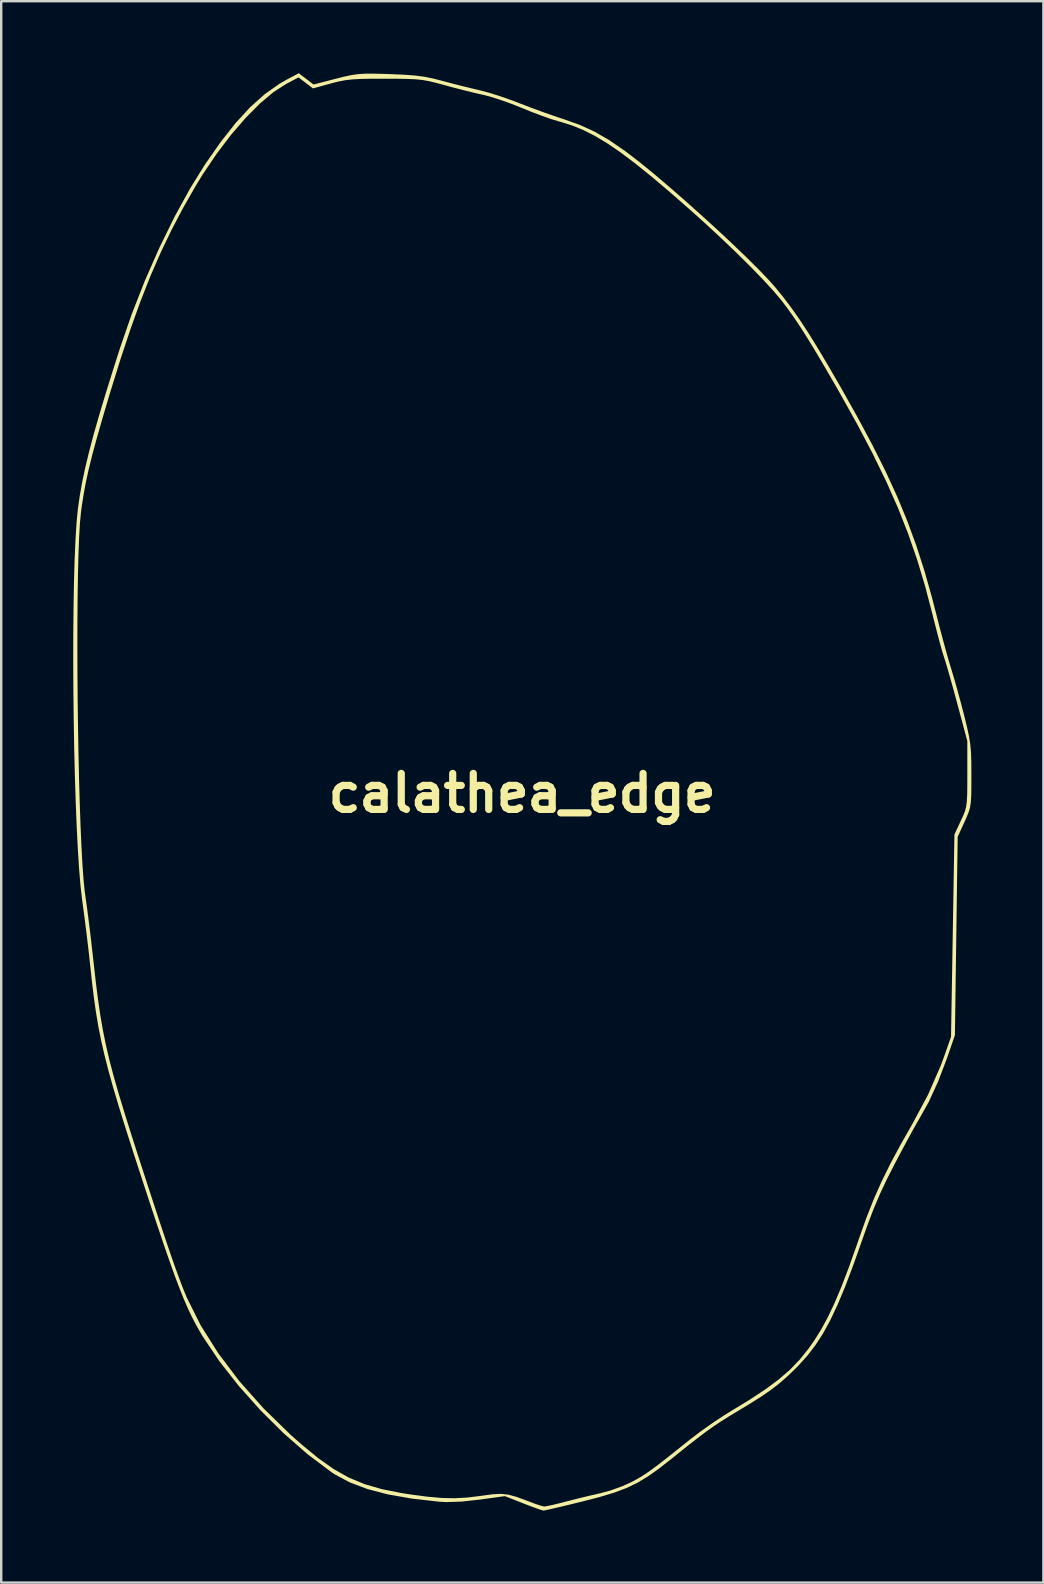
<source format=kicad_pcb>
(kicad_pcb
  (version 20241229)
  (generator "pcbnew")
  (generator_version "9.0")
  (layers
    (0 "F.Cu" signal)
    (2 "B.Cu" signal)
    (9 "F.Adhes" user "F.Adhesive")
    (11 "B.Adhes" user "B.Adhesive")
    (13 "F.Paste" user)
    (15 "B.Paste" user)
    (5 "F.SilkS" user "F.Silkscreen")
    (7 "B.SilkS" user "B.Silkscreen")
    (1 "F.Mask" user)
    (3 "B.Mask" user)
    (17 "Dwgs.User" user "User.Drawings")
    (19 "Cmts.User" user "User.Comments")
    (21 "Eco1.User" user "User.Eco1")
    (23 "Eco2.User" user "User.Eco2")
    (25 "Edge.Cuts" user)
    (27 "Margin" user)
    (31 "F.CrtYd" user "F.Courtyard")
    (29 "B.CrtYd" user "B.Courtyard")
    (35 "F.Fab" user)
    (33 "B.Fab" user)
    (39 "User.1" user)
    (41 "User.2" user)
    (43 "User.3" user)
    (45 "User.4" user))
  (footprint "calathea_edge"
    (layer "F.Cu")
    (at 18.699 29.986)
    (property "Reference" "calathea_edge" (at 0 0 0) (layer "F.SilkS") (effects (font (size 1.5 1.5) (thickness 0.3))))
    (attr board_only exclude_from_pos_files exclude_from_bom)
    (fp_poly (pts (xy -8.997 -29.751) (xy -8.688 -29.516) (xy -7.767 -29.755) (xy -7.404 -29.846) (xy -7.108 -29.909) (xy -6.837 -29.948) (xy -6.545 -29.967) (xy -6.188 -29.968) (xy -5.723 -29.957) (xy -5.518 -29.95) (xy -4.935 -29.925) (xy -4.473 -29.891) (xy -4.086 -29.841) (xy -3.726 -29.77) (xy -3.387 -29.684) (xy -2.919 -29.559) (xy -2.399 -29.427) (xy -1.921 -29.312) (xy -1.82 -29.289) (xy -1.41 -29.181) (xy -0.919 -29.028) (xy -0.419 -28.854) (xy -0.127 -28.742) (xy 0.37 -28.55) (xy 0.935 -28.343) (xy 1.479 -28.155) (xy 1.736 -28.071) (xy 2.407 -27.831) (xy 3.021 -27.549) (xy 3.629 -27.197) (xy 4.283 -26.747) (xy 4.41 -26.653) (xy 4.901 -26.274) (xy 5.47 -25.81) (xy 6.094 -25.281) (xy 6.754 -24.707) (xy 7.427 -24.106) (xy 8.094 -23.499) (xy 8.731 -22.904) (xy 9.319 -22.341) (xy 9.836 -21.828) (xy 10.261 -21.385) (xy 10.543 -21.069) (xy 10.882 -20.651) (xy 11.211 -20.217) (xy 11.543 -19.745) (xy 11.894 -19.211) (xy 12.278 -18.594) (xy 12.708 -17.872) (xy 13.201 -17.023) (xy 13.238 -16.959) (xy 13.963 -15.669) (xy 14.595 -14.487) (xy 15.146 -13.386) (xy 15.626 -12.34) (xy 16.046 -11.322) (xy 16.418 -10.307) (xy 16.753 -9.267) (xy 17.062 -8.178) (xy 17.229 -7.531) (xy 17.371 -6.974) (xy 17.52 -6.411) (xy 17.663 -5.888) (xy 17.788 -5.45) (xy 17.865 -5.197) (xy 17.981 -4.813) (xy 18.12 -4.325) (xy 18.265 -3.793) (xy 18.4 -3.277) (xy 18.411 -3.233) (xy 18.529 -2.752) (xy 18.612 -2.37) (xy 18.665 -2.035) (xy 18.695 -1.693) (xy 18.708 -1.292) (xy 18.711 -0.777) (xy 18.711 -0.736) (xy 18.71 -0.238) (xy 18.704 0.127) (xy 18.686 0.396) (xy 18.652 0.607) (xy 18.596 0.796) (xy 18.513 1.001) (xy 18.426 1.195) (xy 18.14 1.82) (xy 18.083 5.951) (xy 18.025 10.081) (xy 17.688 11.061) (xy 17.326 12.01) (xy 16.932 12.868) (xy 16.53 13.582) (xy 16.424 13.763) (xy 16.255 14.065) (xy 16.042 14.457) (xy 15.799 14.909) (xy 15.544 15.391) (xy 15.536 15.406) (xy 15.197 16.07) (xy 14.909 16.681) (xy 14.649 17.294) (xy 14.392 17.965) (xy 14.148 18.655) (xy 13.785 19.679) (xy 13.452 20.557) (xy 13.138 21.309) (xy 12.833 21.954) (xy 12.528 22.511) (xy 12.212 22.998) (xy 11.875 23.436) (xy 11.508 23.843) (xy 11.388 23.965) (xy 11.042 24.297) (xy 10.711 24.586) (xy 10.362 24.856) (xy 9.958 25.134) (xy 9.465 25.445) (xy 9.024 25.711) (xy 8.627 25.951) (xy 8.283 26.167) (xy 7.964 26.38) (xy 7.639 26.612) (xy 7.279 26.884) (xy 6.854 27.217) (xy 6.335 27.634) (xy 6.223 27.724) (xy 5.697 28.135) (xy 5.233 28.464) (xy 4.792 28.729) (xy 4.335 28.947) (xy 3.825 29.138) (xy 3.224 29.319) (xy 2.497 29.507) (xy 2.01 29.626) (xy 1.578 29.73) (xy 1.229 29.811) (xy 0.99 29.864) (xy 0.889 29.882) (xy 0.778 29.852) (xy 0.549 29.773) (xy 0.24 29.658) (xy 0.042 29.581) (xy -0.72 29.281) (xy -1.766 29.426) (xy -2.53 29.509) (xy -3.163 29.529) (xy -3.459 29.513) (xy -4.602 29.383) (xy -5.595 29.208) (xy -6.451 28.984) (xy -7.183 28.707) (xy -7.806 28.374) (xy -7.948 28.28) (xy -8.941 27.532) (xy -9.935 26.663) (xy -10.898 25.707) (xy -11.8 24.696) (xy -12.609 23.665) (xy -13.295 22.646) (xy -13.413 22.448) (xy -13.583 22.147) (xy -13.748 21.831) (xy -13.912 21.487) (xy -14.082 21.098) (xy -14.262 20.65) (xy -14.46 20.128) (xy -14.68 19.516) (xy -14.928 18.801) (xy -15.21 17.966) (xy -15.532 16.997) (xy -15.835 16.075) (xy -16.207 14.931) (xy -16.528 13.928) (xy -16.802 13.044) (xy -17.036 12.261) (xy -17.232 11.557) (xy -17.397 10.913) (xy -17.535 10.31) (xy -17.651 9.727) (xy -17.749 9.144) (xy -17.835 8.542) (xy -17.914 7.9) (xy -17.989 7.198) (xy -17.99 7.197) (xy -18.053 6.622) (xy -18.132 5.952) (xy -18.219 5.26) (xy -18.304 4.618) (xy -18.328 4.445) (xy -18.394 3.876) (xy -18.454 3.161) (xy -18.508 2.318) (xy -18.556 1.368) (xy -18.597 0.33) (xy -18.632 -0.776) (xy -18.66 -1.93) (xy -18.68 -3.113) (xy -18.693 -4.306) (xy -18.699 -5.488) (xy -18.697 -6.136) (xy -18.527 -6.136) (xy -18.523 -5.037) (xy -18.515 -3.916) (xy -18.5 -2.791) (xy -18.481 -1.683) (xy -18.457 -0.608) (xy -18.428 0.415) (xy -18.394 1.367) (xy -18.356 2.23) (xy -18.314 2.986) (xy -18.269 3.616) (xy -18.219 4.101) (xy -18.201 4.233) (xy -18.138 4.676) (xy -18.065 5.234) (xy -17.988 5.855) (xy -17.914 6.487) (xy -17.864 6.938) (xy -17.77 7.774) (xy -17.677 8.519) (xy -17.579 9.198) (xy -17.47 9.838) (xy -17.344 10.464) (xy -17.195 11.104) (xy -17.017 11.782) (xy -16.804 12.525) (xy -16.551 13.358) (xy -16.251 14.309) (xy -16.034 14.986) (xy -15.67 16.11) (xy -15.352 17.085) (xy -15.075 17.926) (xy -14.835 18.645) (xy -14.626 19.257) (xy -14.445 19.773) (xy -14.286 20.209) (xy -14.146 20.576) (xy -14.019 20.89) (xy -13.966 21.015) (xy -13.389 22.17) (xy -12.656 23.334) (xy -11.779 24.493) (xy -10.769 25.63) (xy -9.638 26.732) (xy -9.196 27.123) (xy -8.496 27.698) (xy -7.852 28.153) (xy -7.223 28.508) (xy -6.569 28.78) (xy -5.849 28.989) (xy -5.022 29.154) (xy -4.66 29.21) (xy -3.95 29.304) (xy -3.353 29.357) (xy -2.819 29.369) (xy -2.298 29.341) (xy -1.739 29.273) (xy -1.637 29.258) (xy -1.213 29.202) (xy -0.878 29.186) (xy -0.576 29.219) (xy -0.248 29.308) (xy 0.166 29.459) (xy 0.254 29.493) (xy 0.546 29.603) (xy 0.785 29.682) (xy 0.919 29.714) (xy 0.92 29.714) (xy 1.049 29.695) (xy 1.298 29.64) (xy 1.624 29.56) (xy 1.809 29.512) (xy 2.257 29.397) (xy 2.746 29.278) (xy 3.182 29.177) (xy 3.259 29.16) (xy 3.69 29.042) (xy 4.156 28.874) (xy 4.54 28.702) (xy 4.755 28.587) (xy 4.958 28.47) (xy 5.168 28.335) (xy 5.406 28.167) (xy 5.695 27.951) (xy 6.054 27.671) (xy 6.505 27.312) (xy 6.976 26.935) (xy 7.411 26.603) (xy 7.915 26.245) (xy 8.415 25.914) (xy 8.711 25.731) (xy 9.499 25.251) (xy 10.155 24.817) (xy 10.702 24.409) (xy 11.164 24.008) (xy 11.563 23.592) (xy 11.925 23.143) (xy 12.177 22.784) (xy 12.46 22.33) (xy 12.734 21.825) (xy 13.008 21.248) (xy 13.291 20.577) (xy 13.593 19.79) (xy 13.922 18.868) (xy 14.041 18.522) (xy 14.338 17.689) (xy 14.638 16.929) (xy 14.961 16.198) (xy 15.326 15.455) (xy 15.754 14.658) (xy 16.242 13.801) (xy 16.907 12.558) (xy 17.438 11.343) (xy 17.602 10.896) (xy 17.863 10.15) (xy 17.934 5.936) (xy 18.005 1.721) (xy 18.273 1.147) (xy 18.373 0.929) (xy 18.445 0.747) (xy 18.493 0.565) (xy 18.521 0.349) (xy 18.536 0.066) (xy 18.541 -0.321) (xy 18.542 -0.798) (xy 18.542 -2.169) (xy 18.123 -3.73) (xy 17.983 -4.249) (xy 17.847 -4.737) (xy 17.725 -5.161) (xy 17.629 -5.487) (xy 17.569 -5.673) (xy 17.502 -5.884) (xy 17.407 -6.223) (xy 17.293 -6.652) (xy 17.169 -7.134) (xy 17.09 -7.451) (xy 16.785 -8.616) (xy 16.451 -9.726) (xy 16.076 -10.808) (xy 15.65 -11.888) (xy 15.161 -12.99) (xy 14.6 -14.142) (xy 13.954 -15.369) (xy 13.213 -16.697) (xy 13.102 -16.891) (xy 12.639 -17.69) (xy 12.243 -18.361) (xy 11.899 -18.926) (xy 11.594 -19.407) (xy 11.313 -19.825) (xy 11.044 -20.202) (xy 10.793 -20.532) (xy 10.471 -20.914) (xy 10.038 -21.386) (xy 9.513 -21.927) (xy 8.914 -22.519) (xy 8.262 -23.142) (xy 7.574 -23.778) (xy 7.07 -24.231) (xy 6.188 -25.004) (xy 5.41 -25.664) (xy 4.719 -26.221) (xy 4.102 -26.686) (xy 3.544 -27.067) (xy 3.03 -27.376) (xy 2.546 -27.62) (xy 2.078 -27.811) (xy 1.61 -27.958) (xy 1.519 -27.983) (xy 1.219 -28.073) (xy 0.819 -28.213) (xy 0.375 -28.382) (xy -0.01 -28.538) (xy -0.459 -28.717) (xy -0.923 -28.882) (xy -1.342 -29.014) (xy -1.619 -29.085) (xy -1.966 -29.163) (xy -2.411 -29.273) (xy -2.889 -29.396) (xy -3.217 -29.486) (xy -3.578 -29.583) (xy -3.875 -29.654) (xy -4.148 -29.703) (xy -4.438 -29.733) (xy -4.784 -29.749) (xy -5.225 -29.756) (xy -5.715 -29.758) (xy -6.287 -29.757) (xy -6.727 -29.748) (xy -7.072 -29.729) (xy -7.358 -29.696) (xy -7.623 -29.647) (xy -7.904 -29.577) (xy -7.976 -29.557) (xy -8.714 -29.354) (xy -9.014 -29.583) (xy -9.314 -29.812) (xy -9.843 -29.532) (xy -10.366 -29.194) (xy -10.932 -28.716) (xy -11.524 -28.118) (xy -12.127 -27.419) (xy -12.722 -26.636) (xy -13.294 -25.79) (xy -13.583 -25.319) (xy -14.111 -24.397) (xy -14.597 -23.475) (xy -15.051 -22.53) (xy -15.483 -21.538) (xy -15.902 -20.475) (xy -16.317 -19.319) (xy -16.74 -18.045) (xy -17.179 -16.63) (xy -17.226 -16.472) (xy -17.5 -15.546) (xy -17.726 -14.755) (xy -17.91 -14.072) (xy -18.058 -13.472) (xy -18.176 -12.93) (xy -18.27 -12.418) (xy -18.348 -11.912) (xy -18.378 -11.684) (xy -18.419 -11.251) (xy -18.453 -10.667) (xy -18.481 -9.952) (xy -18.502 -9.122) (xy -18.516 -8.198) (xy -18.524 -7.196) (xy -18.527 -6.136) (xy -18.697 -6.136) (xy -18.696 -6.64) (xy -18.686 -7.742) (xy -18.668 -8.775) (xy -18.641 -9.718) (xy -18.605 -10.553) (xy -18.561 -11.26) (xy -18.507 -11.818) (xy -18.503 -11.85) (xy -18.426 -12.391) (xy -18.327 -12.951) (xy -18.2 -13.551) (xy -18.042 -14.208) (xy -17.848 -14.94) (xy -17.612 -15.765) (xy -17.33 -16.701) (xy -16.997 -17.765) (xy -16.749 -18.542) (xy -16.264 -19.947) (xy -15.713 -21.349) (xy -15.112 -22.713) (xy -14.478 -24.007) (xy -13.825 -25.196) (xy -13.22 -26.171) (xy -12.56 -27.118) (xy -11.932 -27.915) (xy -11.324 -28.576) (xy -10.722 -29.114) (xy -10.113 -29.543) (xy -9.811 -29.717) (xy -9.305 -29.986)) (stroke (width 0) (type solid)) (fill yes) (layer "F.SilkS")))
  (gr_rect
    (start -3 -3)
    (end 40.41 62.869)
    (stroke (width 0.1) (type default))
    (fill no)
    (layer "Edge.Cuts")))
</source>
